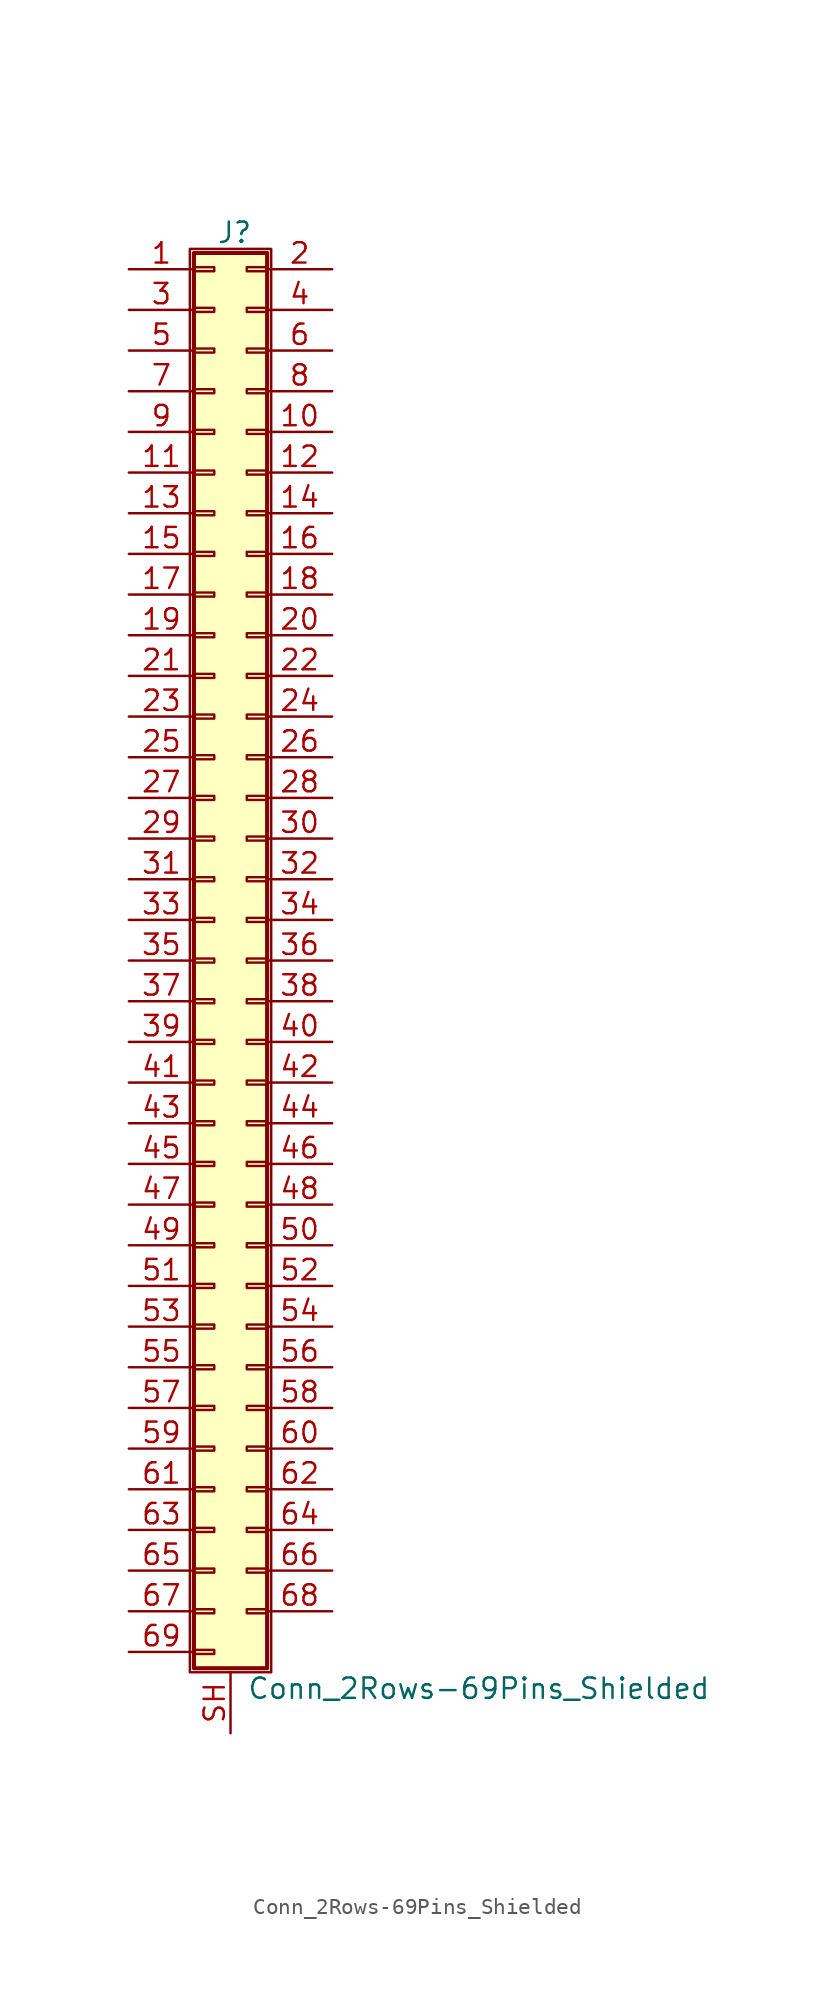
<source format=kicad_sym>
(kicad_symbol_lib
  (version 20220914)
  (generator kicad_symbol_editor)
  (symbol "Conn_2Rows-69Pins_Shielded"
    (pin_names
      (offset 1.016) hide)
    (property "Reference" "J"
      (at 1.524 45.466 0)
      (effects (font (size 1.27 1.27))))
    (property "Value" "Conn_2Rows-69Pins_Shielded"
      (at 2.286 -45.466 0)
      (effects (font (size 1.27 1.27)) (justify left)))
    (symbol "Conn_2Rows-69Pins_Shielded_1_1"
      (rectangle (start -1.27 44.45) (end 3.81 -44.45) (stroke (width 0.152) (type default)) (fill (type none)))
      (rectangle (start -1.016 -43.053) (end 0.254 -43.307) (stroke (width 0.152) (type default)) (fill (type none)))
      (rectangle (start -1.016 -40.513) (end 0.254 -40.767) (stroke (width 0.152) (type default)) (fill (type none)))
      (rectangle (start -1.016 -37.973) (end 0.254 -38.227) (stroke (width 0.152) (type default)) (fill (type none)))
      (rectangle (start -1.016 -35.433) (end 0.254 -35.687) (stroke (width 0.152) (type default)) (fill (type none)))
      (rectangle (start -1.016 -32.893) (end 0.254 -33.147) (stroke (width 0.152) (type default)) (fill (type none)))
      (rectangle (start -1.016 -30.353) (end 0.254 -30.607) (stroke (width 0.152) (type default)) (fill (type none)))
      (rectangle (start -1.016 -27.813) (end 0.254 -28.067) (stroke (width 0.152) (type default)) (fill (type none)))
      (rectangle (start -1.016 -25.273) (end 0.254 -25.527) (stroke (width 0.152) (type default)) (fill (type none)))
      (rectangle (start -1.016 -22.733) (end 0.254 -22.987) (stroke (width 0.152) (type default)) (fill (type none)))
      (rectangle (start -1.016 -20.193) (end 0.254 -20.447) (stroke (width 0.152) (type default)) (fill (type none)))
      (rectangle (start -1.016 -17.653) (end 0.254 -17.907) (stroke (width 0.152) (type default)) (fill (type none)))
      (rectangle (start -1.016 -15.113) (end 0.254 -15.367) (stroke (width 0.152) (type default)) (fill (type none)))
      (rectangle (start -1.016 -12.573) (end 0.254 -12.827) (stroke (width 0.152) (type default)) (fill (type none)))
      (rectangle (start -1.016 -10.033) (end 0.254 -10.287) (stroke (width 0.152) (type default)) (fill (type none)))
      (rectangle (start -1.016 -7.493) (end 0.254 -7.747) (stroke (width 0.152) (type default)) (fill (type none)))
      (rectangle (start -1.016 -4.953) (end 0.254 -5.207) (stroke (width 0.152) (type default)) (fill (type none)))
      (rectangle (start -1.016 -2.413) (end 0.254 -2.667) (stroke (width 0.152) (type default)) (fill (type none)))
      (rectangle (start -1.016 0.127) (end 0.254 -0.127) (stroke (width 0.152) (type default)) (fill (type none)))
      (rectangle (start -1.016 2.667) (end 0.254 2.413) (stroke (width 0.152) (type default)) (fill (type none)))
      (rectangle (start -1.016 5.207) (end 0.254 4.953) (stroke (width 0.152) (type default)) (fill (type none)))
      (rectangle (start -1.016 7.747) (end 0.254 7.493) (stroke (width 0.152) (type default)) (fill (type none)))
      (rectangle (start -1.016 10.287) (end 0.254 10.033) (stroke (width 0.152) (type default)) (fill (type none)))
      (rectangle (start -1.016 12.827) (end 0.254 12.573) (stroke (width 0.152) (type default)) (fill (type none)))
      (rectangle (start -1.016 15.367) (end 0.254 15.113) (stroke (width 0.152) (type default)) (fill (type none)))
      (rectangle (start -1.016 17.907) (end 0.254 17.653) (stroke (width 0.152) (type default)) (fill (type none)))
      (rectangle (start -1.016 20.447) (end 0.254 20.193) (stroke (width 0.152) (type default)) (fill (type none)))
      (rectangle (start -1.016 22.987) (end 0.254 22.733) (stroke (width 0.152) (type default)) (fill (type none)))
      (rectangle (start -1.016 25.527) (end 0.254 25.273) (stroke (width 0.152) (type default)) (fill (type none)))
      (rectangle (start -1.016 28.067) (end 0.254 27.813) (stroke (width 0.152) (type default)) (fill (type none)))
      (rectangle (start -1.016 30.607) (end 0.254 30.353) (stroke (width 0.152) (type default)) (fill (type none)))
      (rectangle (start -1.016 33.147) (end 0.254 32.893) (stroke (width 0.152) (type default)) (fill (type none)))
      (rectangle (start -1.016 35.687) (end 0.254 35.433) (stroke (width 0.152) (type default)) (fill (type none)))
      (rectangle (start -1.016 38.227) (end 0.254 37.973) (stroke (width 0.152) (type default)) (fill (type none)))
      (rectangle (start -1.016 40.767) (end 0.254 40.513) (stroke (width 0.152) (type default)) (fill (type none)))
      (rectangle (start -1.016 43.307) (end 0.254 43.053) (stroke (width 0.152) (type default)) (fill (type none)))
      (rectangle (start -1.016 44.196) (end 3.556 -44.196) (stroke (width 0.254) (type default)) (fill (type background)))
      (rectangle (start 3.556 -40.513) (end 2.286 -40.767) (stroke (width 0.152) (type default)) (fill (type none)))
      (rectangle (start 3.556 -37.973) (end 2.286 -38.227) (stroke (width 0.152) (type default)) (fill (type none)))
      (rectangle (start 3.556 -35.433) (end 2.286 -35.687) (stroke (width 0.152) (type default)) (fill (type none)))
      (rectangle (start 3.556 -32.893) (end 2.286 -33.147) (stroke (width 0.152) (type default)) (fill (type none)))
      (rectangle (start 3.556 -30.353) (end 2.286 -30.607) (stroke (width 0.152) (type default)) (fill (type none)))
      (rectangle (start 3.556 -27.813) (end 2.286 -28.067) (stroke (width 0.152) (type default)) (fill (type none)))
      (rectangle (start 3.556 -25.273) (end 2.286 -25.527) (stroke (width 0.152) (type default)) (fill (type none)))
      (rectangle (start 3.556 -22.733) (end 2.286 -22.987) (stroke (width 0.152) (type default)) (fill (type none)))
      (rectangle (start 3.556 -20.193) (end 2.286 -20.447) (stroke (width 0.152) (type default)) (fill (type none)))
      (rectangle (start 3.556 -17.653) (end 2.286 -17.907) (stroke (width 0.152) (type default)) (fill (type none)))
      (rectangle (start 3.556 -15.113) (end 2.286 -15.367) (stroke (width 0.152) (type default)) (fill (type none)))
      (rectangle (start 3.556 -12.573) (end 2.286 -12.827) (stroke (width 0.152) (type default)) (fill (type none)))
      (rectangle (start 3.556 -10.033) (end 2.286 -10.287) (stroke (width 0.152) (type default)) (fill (type none)))
      (rectangle (start 3.556 -7.493) (end 2.286 -7.747) (stroke (width 0.152) (type default)) (fill (type none)))
      (rectangle (start 3.556 -4.953) (end 2.286 -5.207) (stroke (width 0.152) (type default)) (fill (type none)))
      (rectangle (start 3.556 -2.413) (end 2.286 -2.667) (stroke (width 0.152) (type default)) (fill (type none)))
      (rectangle (start 3.556 0.127) (end 2.286 -0.127) (stroke (width 0.152) (type default)) (fill (type none)))
      (rectangle (start 3.556 2.667) (end 2.286 2.413) (stroke (width 0.152) (type default)) (fill (type none)))
      (rectangle (start 3.556 5.207) (end 2.286 4.953) (stroke (width 0.152) (type default)) (fill (type none)))
      (rectangle (start 3.556 7.747) (end 2.286 7.493) (stroke (width 0.152) (type default)) (fill (type none)))
      (rectangle (start 3.556 10.287) (end 2.286 10.033) (stroke (width 0.152) (type default)) (fill (type none)))
      (rectangle (start 3.556 12.827) (end 2.286 12.573) (stroke (width 0.152) (type default)) (fill (type none)))
      (rectangle (start 3.556 15.367) (end 2.286 15.113) (stroke (width 0.152) (type default)) (fill (type none)))
      (rectangle (start 3.556 17.907) (end 2.286 17.653) (stroke (width 0.152) (type default)) (fill (type none)))
      (rectangle (start 3.556 20.447) (end 2.286 20.193) (stroke (width 0.152) (type default)) (fill (type none)))
      (rectangle (start 3.556 22.987) (end 2.286 22.733) (stroke (width 0.152) (type default)) (fill (type none)))
      (rectangle (start 3.556 25.527) (end 2.286 25.273) (stroke (width 0.152) (type default)) (fill (type none)))
      (rectangle (start 3.556 28.067) (end 2.286 27.813) (stroke (width 0.152) (type default)) (fill (type none)))
      (rectangle (start 3.556 30.607) (end 2.286 30.353) (stroke (width 0.152) (type default)) (fill (type none)))
      (rectangle (start 3.556 33.147) (end 2.286 32.893) (stroke (width 0.152) (type default)) (fill (type none)))
      (rectangle (start 3.556 35.687) (end 2.286 35.433) (stroke (width 0.152) (type default)) (fill (type none)))
      (rectangle (start 3.556 38.227) (end 2.286 37.973) (stroke (width 0.152) (type default)) (fill (type none)))
      (rectangle (start 3.556 40.767) (end 2.286 40.513) (stroke (width 0.152) (type default)) (fill (type none)))
      (rectangle (start 3.556 43.307) (end 2.286 43.053) (stroke (width 0.152) (type default)) (fill (type none)))
      (pin passive line (at -5.08 43.18 0) (length 4.064) (name "Pin_1" (effects (font (size 1.27 1.27)))) (number "1" (effects (font (size 1.27 1.27)))))
      (pin passive line (at 7.62 33.02 180) (length 4.064) (name "Pin_10" (effects (font (size 1.27 1.27)))) (number "10" (effects (font (size 1.27 1.27)))))
      (pin passive line (at -5.08 30.48 0) (length 4.064) (name "Pin_11" (effects (font (size 1.27 1.27)))) (number "11" (effects (font (size 1.27 1.27)))))
      (pin passive line (at 7.62 30.48 180) (length 4.064) (name "Pin_12" (effects (font (size 1.27 1.27)))) (number "12" (effects (font (size 1.27 1.27)))))
      (pin passive line (at -5.08 27.94 0) (length 4.064) (name "Pin_13" (effects (font (size 1.27 1.27)))) (number "13" (effects (font (size 1.27 1.27)))))
      (pin passive line (at 7.62 27.94 180) (length 4.064) (name "Pin_14" (effects (font (size 1.27 1.27)))) (number "14" (effects (font (size 1.27 1.27)))))
      (pin passive line (at -5.08 25.4 0) (length 4.064) (name "Pin_15" (effects (font (size 1.27 1.27)))) (number "15" (effects (font (size 1.27 1.27)))))
      (pin passive line (at 7.62 25.4 180) (length 4.064) (name "Pin_16" (effects (font (size 1.27 1.27)))) (number "16" (effects (font (size 1.27 1.27)))))
      (pin passive line (at -5.08 22.86 0) (length 4.064) (name "Pin_17" (effects (font (size 1.27 1.27)))) (number "17" (effects (font (size 1.27 1.27)))))
      (pin passive line (at 7.62 22.86 180) (length 4.064) (name "Pin_18" (effects (font (size 1.27 1.27)))) (number "18" (effects (font (size 1.27 1.27)))))
      (pin passive line (at -5.08 20.32 0) (length 4.064) (name "Pin_19" (effects (font (size 1.27 1.27)))) (number "19" (effects (font (size 1.27 1.27)))))
      (pin passive line (at 7.62 43.18 180) (length 4.064) (name "Pin_2" (effects (font (size 1.27 1.27)))) (number "2" (effects (font (size 1.27 1.27)))))
      (pin passive line (at 7.62 20.32 180) (length 4.064) (name "Pin_20" (effects (font (size 1.27 1.27)))) (number "20" (effects (font (size 1.27 1.27)))))
      (pin passive line (at -5.08 17.78 0) (length 4.064) (name "Pin_21" (effects (font (size 1.27 1.27)))) (number "21" (effects (font (size 1.27 1.27)))))
      (pin passive line (at 7.62 17.78 180) (length 4.064) (name "Pin_22" (effects (font (size 1.27 1.27)))) (number "22" (effects (font (size 1.27 1.27)))))
      (pin passive line (at -5.08 15.24 0) (length 4.064) (name "Pin_23" (effects (font (size 1.27 1.27)))) (number "23" (effects (font (size 1.27 1.27)))))
      (pin passive line (at 7.62 15.24 180) (length 4.064) (name "Pin_24" (effects (font (size 1.27 1.27)))) (number "24" (effects (font (size 1.27 1.27)))))
      (pin passive line (at -5.08 12.7 0) (length 4.064) (name "Pin_25" (effects (font (size 1.27 1.27)))) (number "25" (effects (font (size 1.27 1.27)))))
      (pin passive line (at 7.62 12.7 180) (length 4.064) (name "Pin_26" (effects (font (size 1.27 1.27)))) (number "26" (effects (font (size 1.27 1.27)))))
      (pin passive line (at -5.08 10.16 0) (length 4.064) (name "Pin_27" (effects (font (size 1.27 1.27)))) (number "27" (effects (font (size 1.27 1.27)))))
      (pin passive line (at 7.62 10.16 180) (length 4.064) (name "Pin_28" (effects (font (size 1.27 1.27)))) (number "28" (effects (font (size 1.27 1.27)))))
      (pin passive line (at -5.08 7.62 0) (length 4.064) (name "Pin_29" (effects (font (size 1.27 1.27)))) (number "29" (effects (font (size 1.27 1.27)))))
      (pin passive line (at -5.08 40.64 0) (length 4.064) (name "Pin_3" (effects (font (size 1.27 1.27)))) (number "3" (effects (font (size 1.27 1.27)))))
      (pin passive line (at 7.62 7.62 180) (length 4.064) (name "Pin_30" (effects (font (size 1.27 1.27)))) (number "30" (effects (font (size 1.27 1.27)))))
      (pin passive line (at -5.08 5.08 0) (length 4.064) (name "Pin_31" (effects (font (size 1.27 1.27)))) (number "31" (effects (font (size 1.27 1.27)))))
      (pin passive line (at 7.62 5.08 180) (length 4.064) (name "Pin_32" (effects (font (size 1.27 1.27)))) (number "32" (effects (font (size 1.27 1.27)))))
      (pin passive line (at -5.08 2.54 0) (length 4.064) (name "Pin_33" (effects (font (size 1.27 1.27)))) (number "33" (effects (font (size 1.27 1.27)))))
      (pin passive line (at 7.62 2.54 180) (length 4.064) (name "Pin_34" (effects (font (size 1.27 1.27)))) (number "34" (effects (font (size 1.27 1.27)))))
      (pin passive line (at -5.08 0 0) (length 4.064) (name "Pin_35" (effects (font (size 1.27 1.27)))) (number "35" (effects (font (size 1.27 1.27)))))
      (pin passive line (at 7.62 0 180) (length 4.064) (name "Pin_36" (effects (font (size 1.27 1.27)))) (number "36" (effects (font (size 1.27 1.27)))))
      (pin passive line (at -5.08 -2.54 0) (length 4.064) (name "Pin_37" (effects (font (size 1.27 1.27)))) (number "37" (effects (font (size 1.27 1.27)))))
      (pin passive line (at 7.62 -2.54 180) (length 4.064) (name "Pin_38" (effects (font (size 1.27 1.27)))) (number "38" (effects (font (size 1.27 1.27)))))
      (pin passive line (at -5.08 -5.08 0) (length 4.064) (name "Pin_39" (effects (font (size 1.27 1.27)))) (number "39" (effects (font (size 1.27 1.27)))))
      (pin passive line (at 7.62 40.64 180) (length 4.064) (name "Pin_4" (effects (font (size 1.27 1.27)))) (number "4" (effects (font (size 1.27 1.27)))))
      (pin passive line (at 7.62 -5.08 180) (length 4.064) (name "Pin_40" (effects (font (size 1.27 1.27)))) (number "40" (effects (font (size 1.27 1.27)))))
      (pin passive line (at -5.08 -7.62 0) (length 4.064) (name "Pin_41" (effects (font (size 1.27 1.27)))) (number "41" (effects (font (size 1.27 1.27)))))
      (pin passive line (at 7.62 -7.62 180) (length 4.064) (name "Pin_42" (effects (font (size 1.27 1.27)))) (number "42" (effects (font (size 1.27 1.27)))))
      (pin passive line (at -5.08 -10.16 0) (length 4.064) (name "Pin_43" (effects (font (size 1.27 1.27)))) (number "43" (effects (font (size 1.27 1.27)))))
      (pin passive line (at 7.62 -10.16 180) (length 4.064) (name "Pin_44" (effects (font (size 1.27 1.27)))) (number "44" (effects (font (size 1.27 1.27)))))
      (pin passive line (at -5.08 -12.7 0) (length 4.064) (name "Pin_45" (effects (font (size 1.27 1.27)))) (number "45" (effects (font (size 1.27 1.27)))))
      (pin passive line (at 7.62 -12.7 180) (length 4.064) (name "Pin_46" (effects (font (size 1.27 1.27)))) (number "46" (effects (font (size 1.27 1.27)))))
      (pin passive line (at -5.08 -15.24 0) (length 4.064) (name "Pin_47" (effects (font (size 1.27 1.27)))) (number "47" (effects (font (size 1.27 1.27)))))
      (pin passive line (at 7.62 -15.24 180) (length 4.064) (name "Pin_48" (effects (font (size 1.27 1.27)))) (number "48" (effects (font (size 1.27 1.27)))))
      (pin passive line (at -5.08 -17.78 0) (length 4.064) (name "Pin_49" (effects (font (size 1.27 1.27)))) (number "49" (effects (font (size 1.27 1.27)))))
      (pin passive line (at -5.08 38.1 0) (length 4.064) (name "Pin_5" (effects (font (size 1.27 1.27)))) (number "5" (effects (font (size 1.27 1.27)))))
      (pin passive line (at 7.62 -17.78 180) (length 4.064) (name "Pin_50" (effects (font (size 1.27 1.27)))) (number "50" (effects (font (size 1.27 1.27)))))
      (pin passive line (at -5.08 -20.32 0) (length 4.064) (name "Pin_51" (effects (font (size 1.27 1.27)))) (number "51" (effects (font (size 1.27 1.27)))))
      (pin passive line (at 7.62 -20.32 180) (length 4.064) (name "Pin_52" (effects (font (size 1.27 1.27)))) (number "52" (effects (font (size 1.27 1.27)))))
      (pin passive line (at -5.08 -22.86 0) (length 4.064) (name "Pin_53" (effects (font (size 1.27 1.27)))) (number "53" (effects (font (size 1.27 1.27)))))
      (pin passive line (at 7.62 -22.86 180) (length 4.064) (name "Pin_54" (effects (font (size 1.27 1.27)))) (number "54" (effects (font (size 1.27 1.27)))))
      (pin passive line (at -5.08 -25.4 0) (length 4.064) (name "Pin_55" (effects (font (size 1.27 1.27)))) (number "55" (effects (font (size 1.27 1.27)))))
      (pin passive line (at 7.62 -25.4 180) (length 4.064) (name "Pin_56" (effects (font (size 1.27 1.27)))) (number "56" (effects (font (size 1.27 1.27)))))
      (pin passive line (at -5.08 -27.94 0) (length 4.064) (name "Pin_57" (effects (font (size 1.27 1.27)))) (number "57" (effects (font (size 1.27 1.27)))))
      (pin passive line (at 7.62 -27.94 180) (length 4.064) (name "Pin_58" (effects (font (size 1.27 1.27)))) (number "58" (effects (font (size 1.27 1.27)))))
      (pin passive line (at -5.08 -30.48 0) (length 4.064) (name "Pin_59" (effects (font (size 1.27 1.27)))) (number "59" (effects (font (size 1.27 1.27)))))
      (pin passive line (at 7.62 38.1 180) (length 4.064) (name "Pin_6" (effects (font (size 1.27 1.27)))) (number "6" (effects (font (size 1.27 1.27)))))
      (pin passive line (at 7.62 -30.48 180) (length 4.064) (name "Pin_60" (effects (font (size 1.27 1.27)))) (number "60" (effects (font (size 1.27 1.27)))))
      (pin passive line (at -5.08 -33.02 0) (length 4.064) (name "Pin_61" (effects (font (size 1.27 1.27)))) (number "61" (effects (font (size 1.27 1.27)))))
      (pin passive line (at 7.62 -33.02 180) (length 4.064) (name "Pin_62" (effects (font (size 1.27 1.27)))) (number "62" (effects (font (size 1.27 1.27)))))
      (pin passive line (at -5.08 -35.56 0) (length 4.064) (name "Pin_63" (effects (font (size 1.27 1.27)))) (number "63" (effects (font (size 1.27 1.27)))))
      (pin passive line (at 7.62 -35.56 180) (length 4.064) (name "Pin_64" (effects (font (size 1.27 1.27)))) (number "64" (effects (font (size 1.27 1.27)))))
      (pin passive line (at -5.08 -38.1 0) (length 4.064) (name "Pin_65" (effects (font (size 1.27 1.27)))) (number "65" (effects (font (size 1.27 1.27)))))
      (pin passive line (at 7.62 -38.1 180) (length 4.064) (name "Pin_66" (effects (font (size 1.27 1.27)))) (number "66" (effects (font (size 1.27 1.27)))))
      (pin passive line (at -5.08 -40.64 0) (length 4.064) (name "Pin_67" (effects (font (size 1.27 1.27)))) (number "67" (effects (font (size 1.27 1.27)))))
      (pin passive line (at 7.62 -40.64 180) (length 4.064) (name "Pin_68" (effects (font (size 1.27 1.27)))) (number "68" (effects (font (size 1.27 1.27)))))
      (pin passive line (at -5.08 -43.18 0) (length 4.064) (name "Pin_69" (effects (font (size 1.27 1.27)))) (number "69" (effects (font (size 1.27 1.27)))))
      (pin passive line (at -5.08 35.56 0) (length 4.064) (name "Pin_7" (effects (font (size 1.27 1.27)))) (number "7" (effects (font (size 1.27 1.27)))))
      (pin passive line (at 7.62 35.56 180) (length 4.064) (name "Pin_8" (effects (font (size 1.27 1.27)))) (number "8" (effects (font (size 1.27 1.27)))))
      (pin passive line (at -5.08 33.02 0) (length 4.064) (name "Pin_9" (effects (font (size 1.27 1.27)))) (number "9" (effects (font (size 1.27 1.27)))))
      (pin passive line (at 1.27 -48.26 90) (length 3.81) (name "Shield" (effects (font (size 1.27 1.27)))) (number "SH" (effects (font (size 1.27 1.27))))))))
</source>
